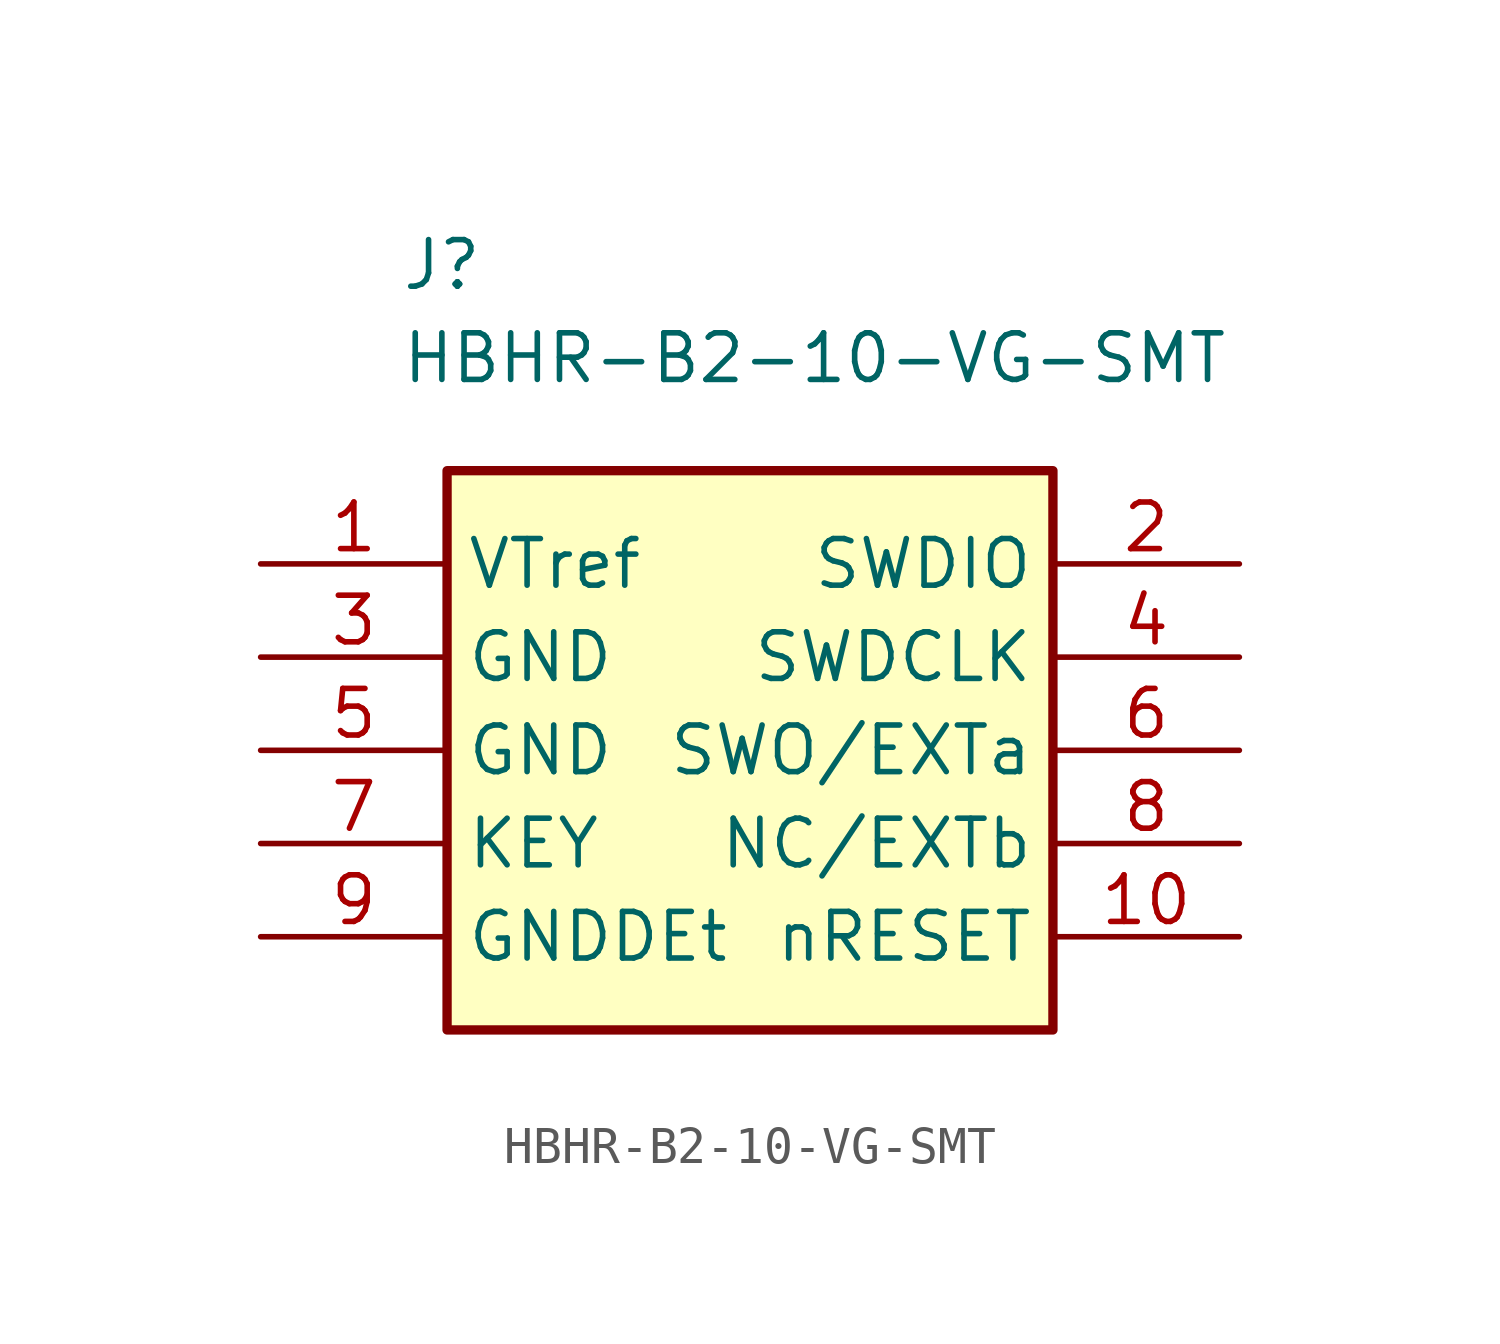
<source format=kicad_sym>
(kicad_symbol_lib
  (version 20220914)
  (generator kicad_symbol_editor)
  (symbol "HBHR-B2-10-VG-SMT"
    (property "Reference" "J"
      (at 19.05 7.62 0)
      (effects (font (size 1.27 1.27)) (justify left top)))
    (property "Value" "HBHR-B2-10-VG-SMT"
      (at 19.05 5.08 0)
      (effects (font (size 1.27 1.27)) (justify left top)))
    (symbol "HBHR-B2-10-VG-SMT_1_1"
      (rectangle (start 20.32 1.27) (end 36.83 -13.97) (stroke (width 0.254) (type default)) (fill (type background)))
      (pin passive line (at 15.24 -1.27 0) (length 5.08) (name "VTref" (effects (font (size 1.27 1.27)))) (number "1" (effects (font (size 1.27 1.27)))))
      (pin passive line (at 41.91 -11.43 180) (length 5.08) (name "nRESET" (effects (font (size 1.27 1.27)))) (number "10" (effects (font (size 1.27 1.27)))))
      (pin passive line (at 41.91 -1.27 180) (length 5.08) (name "SWDIO" (effects (font (size 1.27 1.27)))) (number "2" (effects (font (size 1.27 1.27)))))
      (pin passive line (at 15.24 -3.81 0) (length 5.08) (name "GND" (effects (font (size 1.27 1.27)))) (number "3" (effects (font (size 1.27 1.27)))))
      (pin passive line (at 41.91 -3.81 180) (length 5.08) (name "SWDCLK" (effects (font (size 1.27 1.27)))) (number "4" (effects (font (size 1.27 1.27)))))
      (pin passive line (at 15.24 -6.35 0) (length 5.08) (name "GND" (effects (font (size 1.27 1.27)))) (number "5" (effects (font (size 1.27 1.27)))))
      (pin passive line (at 41.91 -6.35 180) (length 5.08) (name "SWO/EXTa" (effects (font (size 1.27 1.27)))) (number "6" (effects (font (size 1.27 1.27)))))
      (pin passive line (at 15.24 -8.89 0) (length 5.08) (name "KEY" (effects (font (size 1.27 1.27)))) (number "7" (effects (font (size 1.27 1.27)))))
      (pin passive line (at 41.91 -8.89 180) (length 5.08) (name "NC/EXTb" (effects (font (size 1.27 1.27)))) (number "8" (effects (font (size 1.27 1.27)))))
      (pin passive line (at 15.24 -11.43 0) (length 5.08) (name "GNDDEt" (effects (font (size 1.27 1.27)))) (number "9" (effects (font (size 1.27 1.27))))))))
</source>
